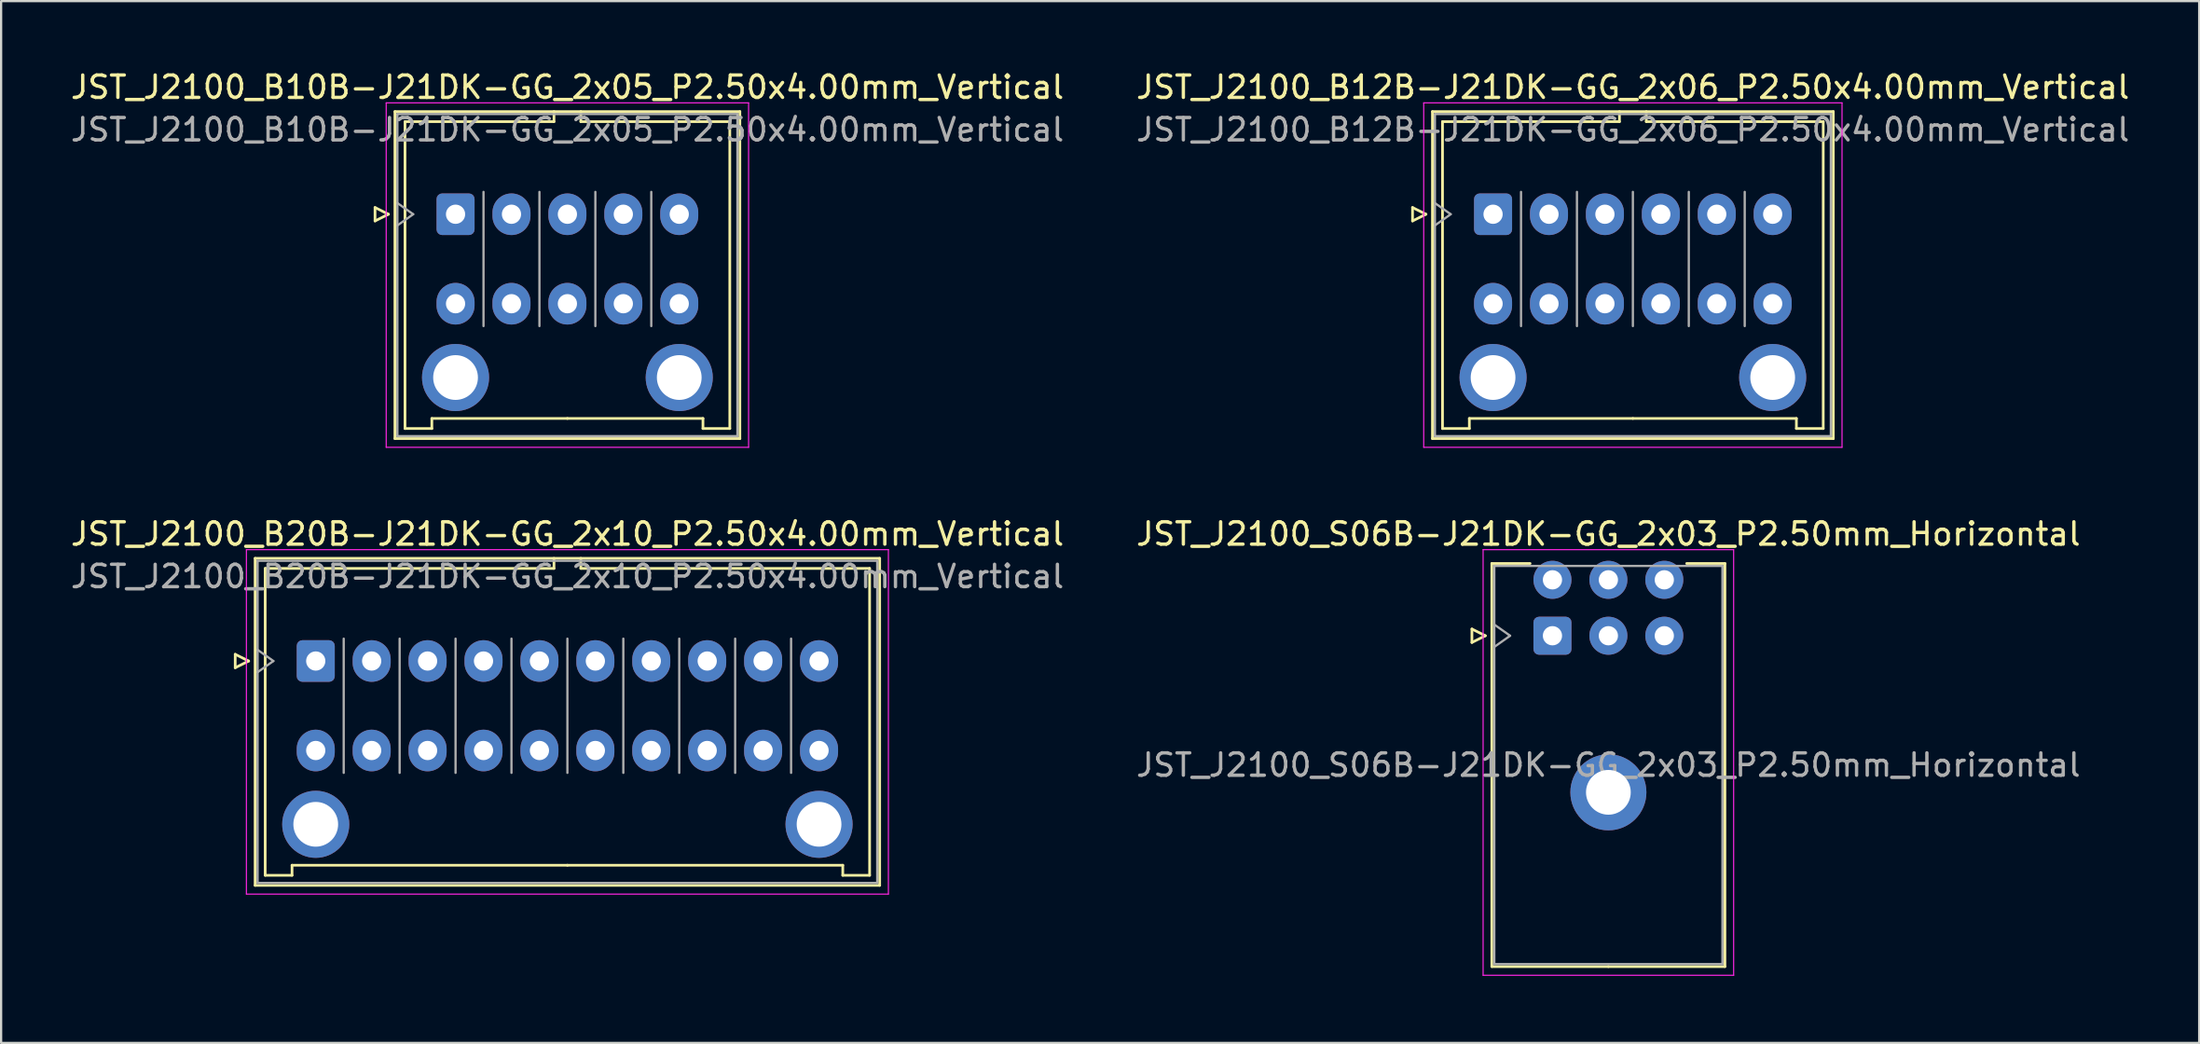
<source format=kicad_pcb>
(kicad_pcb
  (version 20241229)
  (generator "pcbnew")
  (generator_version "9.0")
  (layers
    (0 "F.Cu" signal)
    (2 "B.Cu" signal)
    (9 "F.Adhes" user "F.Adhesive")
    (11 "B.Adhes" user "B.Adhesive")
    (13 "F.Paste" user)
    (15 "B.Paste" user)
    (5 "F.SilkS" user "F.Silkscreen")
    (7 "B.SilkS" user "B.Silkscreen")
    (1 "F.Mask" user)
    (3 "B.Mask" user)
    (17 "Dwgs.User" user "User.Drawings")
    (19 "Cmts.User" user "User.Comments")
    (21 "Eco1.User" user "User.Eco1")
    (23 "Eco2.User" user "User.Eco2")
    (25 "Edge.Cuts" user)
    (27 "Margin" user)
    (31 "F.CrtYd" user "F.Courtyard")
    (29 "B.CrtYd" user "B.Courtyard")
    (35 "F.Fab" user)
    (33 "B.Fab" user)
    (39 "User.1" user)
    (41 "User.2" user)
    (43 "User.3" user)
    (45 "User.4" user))
  (footprint "JST_J2100_B10B-J21DK-GG_2x05_P2.50x4.00mm_Vertical"
    (layer "F.Cu")
    (at 17.315 6.528)
    (property "Reference" "JST_J2100_B10B-J21DK-GG_2x05_P2.50x4.00mm_Vertical" (at 5 -5.68 0) (layer "F.SilkS") (effects (font (size 1 1) (thickness 0.15))))
    (attr through_hole)
    (fp_line (start -3.6 -0.3) (end -3 0) (stroke (width 0.12) (type solid)) (layer "F.SilkS"))
    (fp_line (start -3.6 0.3) (end -3.6 -0.3) (stroke (width 0.12) (type solid)) (layer "F.SilkS"))
    (fp_line (start -3 0) (end -3.6 0.3) (stroke (width 0.12) (type solid)) (layer "F.SilkS"))
    (fp_line (start -2.71 -4.59) (end -2.71 10.03) (stroke (width 0.12) (type solid)) (layer "F.SilkS"))
    (fp_line (start -2.71 10.03) (end 12.71 10.03) (stroke (width 0.12) (type solid)) (layer "F.SilkS"))
    (fp_line (start -2.26 -4.14) (end -2.26 9.58) (stroke (width 0.12) (type solid)) (layer "F.SilkS"))
    (fp_line (start -2.26 9.58) (end -1.06 9.58) (stroke (width 0.12) (type solid)) (layer "F.SilkS"))
    (fp_line (start -1.06 9.13) (end 5 9.13) (stroke (width 0.12) (type solid)) (layer "F.SilkS"))
    (fp_line (start -1.06 9.58) (end -1.06 9.13) (stroke (width 0.12) (type solid)) (layer "F.SilkS"))
    (fp_line (start 4.4 -4.59) (end 4.4 -4.14) (stroke (width 0.12) (type solid)) (layer "F.SilkS"))
    (fp_line (start 4.4 -4.14) (end -2.26 -4.14) (stroke (width 0.12) (type solid)) (layer "F.SilkS"))
    (fp_line (start 5.6 -4.59) (end 5.6 -4.14) (stroke (width 0.12) (type solid)) (layer "F.SilkS"))
    (fp_line (start 5.6 -4.14) (end 12.26 -4.14) (stroke (width 0.12) (type solid)) (layer "F.SilkS"))
    (fp_line (start 11.06 9.13) (end 5 9.13) (stroke (width 0.12) (type solid)) (layer "F.SilkS"))
    (fp_line (start 11.06 9.58) (end 11.06 9.13) (stroke (width 0.12) (type solid)) (layer "F.SilkS"))
    (fp_line (start 12.26 -4.14) (end 12.26 9.58) (stroke (width 0.12) (type solid)) (layer "F.SilkS"))
    (fp_line (start 12.26 9.58) (end 11.06 9.58) (stroke (width 0.12) (type solid)) (layer "F.SilkS"))
    (fp_line (start 12.71 -4.59) (end -2.71 -4.59) (stroke (width 0.12) (type solid)) (layer "F.SilkS"))
    (fp_line (start 12.71 10.03) (end 12.71 -4.59) (stroke (width 0.12) (type solid)) (layer "F.SilkS"))
    (fp_line (start -3.1 -4.98) (end -3.1 10.42) (stroke (width 0.05) (type solid)) (layer "F.CrtYd"))
    (fp_line (start -3.1 10.42) (end 13.1 10.42) (stroke (width 0.05) (type solid)) (layer "F.CrtYd"))
    (fp_line (start 13.1 -4.98) (end -3.1 -4.98) (stroke (width 0.05) (type solid)) (layer "F.CrtYd"))
    (fp_line (start 13.1 10.42) (end 13.1 -4.98) (stroke (width 0.05) (type solid)) (layer "F.CrtYd"))
    (fp_line (start -2.6 -4.48) (end -2.6 9.92) (stroke (width 0.1) (type solid)) (layer "F.Fab"))
    (fp_line (start -2.6 0.5) (end -1.893 0) (stroke (width 0.1) (type solid)) (layer "F.Fab"))
    (fp_line (start -2.6 9.92) (end 12.6 9.92) (stroke (width 0.1) (type solid)) (layer "F.Fab"))
    (fp_line (start -1.893 0) (end -2.6 -0.5) (stroke (width 0.1) (type solid)) (layer "F.Fab"))
    (fp_line (start 1.25 5) (end 1.25 -1) (stroke (width 0.1) (type solid)) (layer "F.Fab"))
    (fp_line (start 3.75 5) (end 3.75 -1) (stroke (width 0.1) (type solid)) (layer "F.Fab"))
    (fp_line (start 6.25 5) (end 6.25 -1) (stroke (width 0.1) (type solid)) (layer "F.Fab"))
    (fp_line (start 8.75 5) (end 8.75 -1) (stroke (width 0.1) (type solid)) (layer "F.Fab"))
    (fp_line (start 12.6 -4.48) (end -2.6 -4.48) (stroke (width 0.1) (type solid)) (layer "F.Fab"))
    (fp_line (start 12.6 9.92) (end 12.6 -4.48) (stroke (width 0.1) (type solid)) (layer "F.Fab"))
    (fp_text user "${REFERENCE}" (at 5 -3.78 0) (layer "F.Fab") (effects (font (size 1 1) (thickness 0.15))))
    (pad "" thru_hole circle (at 0 7.3) (size 3 3) (drill 2) (layers "*.Cu" "*.Mask"))
    (pad "" thru_hole circle (at 10 7.3) (size 3 3) (drill 2) (layers "*.Cu" "*.Mask"))
    (pad "a1" thru_hole roundrect (at 0 0) (size 1.7 1.86) (drill 0.86) (layers "*.Cu" "*.Mask") (roundrect_rratio 0.147))
    (pad "a2" thru_hole oval (at 2.5 0) (size 1.7 1.86) (drill 0.86) (layers "*.Cu" "*.Mask"))
    (pad "a3" thru_hole oval (at 5 0) (size 1.7 1.86) (drill 0.86) (layers "*.Cu" "*.Mask"))
    (pad "a4" thru_hole oval (at 7.5 0) (size 1.7 1.86) (drill 0.86) (layers "*.Cu" "*.Mask"))
    (pad "a5" thru_hole oval (at 10 0) (size 1.7 1.86) (drill 0.86) (layers "*.Cu" "*.Mask"))
    (pad "b1" thru_hole oval (at 0 4) (size 1.7 1.86) (drill 0.86) (layers "*.Cu" "*.Mask"))
    (pad "b2" thru_hole oval (at 2.5 4) (size 1.7 1.86) (drill 0.86) (layers "*.Cu" "*.Mask"))
    (pad "b3" thru_hole oval (at 5 4) (size 1.7 1.86) (drill 0.86) (layers "*.Cu" "*.Mask"))
    (pad "b4" thru_hole oval (at 7.5 4) (size 1.7 1.86) (drill 0.86) (layers "*.Cu" "*.Mask"))
    (pad "b5" thru_hole oval (at 10 4) (size 1.7 1.86) (drill 0.86) (layers "*.Cu" "*.Mask")))
  (footprint "JST_J2100_B20B-J21DK-GG_2x10_P2.50x4.00mm_Vertical"
    (layer "F.Cu")
    (at 11.065 26.502)
    (property "Reference" "JST_J2100_B20B-J21DK-GG_2x10_P2.50x4.00mm_Vertical" (at 11.25 -5.68 0) (layer "F.SilkS") (effects (font (size 1 1) (thickness 0.15))))
    (attr through_hole)
    (fp_line (start -3.6 -0.3) (end -3 0) (stroke (width 0.12) (type solid)) (layer "F.SilkS"))
    (fp_line (start -3.6 0.3) (end -3.6 -0.3) (stroke (width 0.12) (type solid)) (layer "F.SilkS"))
    (fp_line (start -3 0) (end -3.6 0.3) (stroke (width 0.12) (type solid)) (layer "F.SilkS"))
    (fp_line (start -2.71 -4.59) (end -2.71 10.03) (stroke (width 0.12) (type solid)) (layer "F.SilkS"))
    (fp_line (start -2.71 10.03) (end 25.21 10.03) (stroke (width 0.12) (type solid)) (layer "F.SilkS"))
    (fp_line (start -2.26 -4.14) (end -2.26 9.58) (stroke (width 0.12) (type solid)) (layer "F.SilkS"))
    (fp_line (start -2.26 9.58) (end -1.06 9.58) (stroke (width 0.12) (type solid)) (layer "F.SilkS"))
    (fp_line (start -1.06 9.13) (end 11.25 9.13) (stroke (width 0.12) (type solid)) (layer "F.SilkS"))
    (fp_line (start -1.06 9.58) (end -1.06 9.13) (stroke (width 0.12) (type solid)) (layer "F.SilkS"))
    (fp_line (start 10.65 -4.59) (end 10.65 -4.14) (stroke (width 0.12) (type solid)) (layer "F.SilkS"))
    (fp_line (start 10.65 -4.14) (end -2.26 -4.14) (stroke (width 0.12) (type solid)) (layer "F.SilkS"))
    (fp_line (start 11.85 -4.59) (end 11.85 -4.14) (stroke (width 0.12) (type solid)) (layer "F.SilkS"))
    (fp_line (start 11.85 -4.14) (end 24.76 -4.14) (stroke (width 0.12) (type solid)) (layer "F.SilkS"))
    (fp_line (start 23.56 9.13) (end 11.25 9.13) (stroke (width 0.12) (type solid)) (layer "F.SilkS"))
    (fp_line (start 23.56 9.58) (end 23.56 9.13) (stroke (width 0.12) (type solid)) (layer "F.SilkS"))
    (fp_line (start 24.76 -4.14) (end 24.76 9.58) (stroke (width 0.12) (type solid)) (layer "F.SilkS"))
    (fp_line (start 24.76 9.58) (end 23.56 9.58) (stroke (width 0.12) (type solid)) (layer "F.SilkS"))
    (fp_line (start 25.21 -4.59) (end -2.71 -4.59) (stroke (width 0.12) (type solid)) (layer "F.SilkS"))
    (fp_line (start 25.21 10.03) (end 25.21 -4.59) (stroke (width 0.12) (type solid)) (layer "F.SilkS"))
    (fp_line (start -3.1 -4.98) (end -3.1 10.42) (stroke (width 0.05) (type solid)) (layer "F.CrtYd"))
    (fp_line (start -3.1 10.42) (end 25.6 10.42) (stroke (width 0.05) (type solid)) (layer "F.CrtYd"))
    (fp_line (start 25.6 -4.98) (end -3.1 -4.98) (stroke (width 0.05) (type solid)) (layer "F.CrtYd"))
    (fp_line (start 25.6 10.42) (end 25.6 -4.98) (stroke (width 0.05) (type solid)) (layer "F.CrtYd"))
    (fp_line (start -2.6 -4.48) (end -2.6 9.92) (stroke (width 0.1) (type solid)) (layer "F.Fab"))
    (fp_line (start -2.6 0.5) (end -1.893 0) (stroke (width 0.1) (type solid)) (layer "F.Fab"))
    (fp_line (start -2.6 9.92) (end 25.1 9.92) (stroke (width 0.1) (type solid)) (layer "F.Fab"))
    (fp_line (start -1.893 0) (end -2.6 -0.5) (stroke (width 0.1) (type solid)) (layer "F.Fab"))
    (fp_line (start 1.25 5) (end 1.25 -1) (stroke (width 0.1) (type solid)) (layer "F.Fab"))
    (fp_line (start 3.75 5) (end 3.75 -1) (stroke (width 0.1) (type solid)) (layer "F.Fab"))
    (fp_line (start 6.25 5) (end 6.25 -1) (stroke (width 0.1) (type solid)) (layer "F.Fab"))
    (fp_line (start 8.75 5) (end 8.75 -1) (stroke (width 0.1) (type solid)) (layer "F.Fab"))
    (fp_line (start 11.25 5) (end 11.25 -1) (stroke (width 0.1) (type solid)) (layer "F.Fab"))
    (fp_line (start 13.75 5) (end 13.75 -1) (stroke (width 0.1) (type solid)) (layer "F.Fab"))
    (fp_line (start 16.25 5) (end 16.25 -1) (stroke (width 0.1) (type solid)) (layer "F.Fab"))
    (fp_line (start 18.75 5) (end 18.75 -1) (stroke (width 0.1) (type solid)) (layer "F.Fab"))
    (fp_line (start 21.25 5) (end 21.25 -1) (stroke (width 0.1) (type solid)) (layer "F.Fab"))
    (fp_line (start 25.1 -4.48) (end -2.6 -4.48) (stroke (width 0.1) (type solid)) (layer "F.Fab"))
    (fp_line (start 25.1 9.92) (end 25.1 -4.48) (stroke (width 0.1) (type solid)) (layer "F.Fab"))
    (fp_text user "${REFERENCE}" (at 11.25 -3.78 0) (layer "F.Fab") (effects (font (size 1 1) (thickness 0.15))))
    (pad "" thru_hole circle (at 0 7.3) (size 3 3) (drill 2) (layers "*.Cu" "*.Mask"))
    (pad "" thru_hole circle (at 22.5 7.3) (size 3 3) (drill 2) (layers "*.Cu" "*.Mask"))
    (pad "a1" thru_hole roundrect (at 0 0) (size 1.7 1.86) (drill 0.86) (layers "*.Cu" "*.Mask") (roundrect_rratio 0.147))
    (pad "a2" thru_hole oval (at 2.5 0) (size 1.7 1.86) (drill 0.86) (layers "*.Cu" "*.Mask"))
    (pad "a3" thru_hole oval (at 5 0) (size 1.7 1.86) (drill 0.86) (layers "*.Cu" "*.Mask"))
    (pad "a4" thru_hole oval (at 7.5 0) (size 1.7 1.86) (drill 0.86) (layers "*.Cu" "*.Mask"))
    (pad "a5" thru_hole oval (at 10 0) (size 1.7 1.86) (drill 0.86) (layers "*.Cu" "*.Mask"))
    (pad "a6" thru_hole oval (at 12.5 0) (size 1.7 1.86) (drill 0.86) (layers "*.Cu" "*.Mask"))
    (pad "a7" thru_hole oval (at 15 0) (size 1.7 1.86) (drill 0.86) (layers "*.Cu" "*.Mask"))
    (pad "a8" thru_hole oval (at 17.5 0) (size 1.7 1.86) (drill 0.86) (layers "*.Cu" "*.Mask"))
    (pad "a9" thru_hole oval (at 20 0) (size 1.7 1.86) (drill 0.86) (layers "*.Cu" "*.Mask"))
    (pad "a10" thru_hole oval (at 22.5 0) (size 1.7 1.86) (drill 0.86) (layers "*.Cu" "*.Mask"))
    (pad "b1" thru_hole oval (at 0 4) (size 1.7 1.86) (drill 0.86) (layers "*.Cu" "*.Mask"))
    (pad "b2" thru_hole oval (at 2.5 4) (size 1.7 1.86) (drill 0.86) (layers "*.Cu" "*.Mask"))
    (pad "b3" thru_hole oval (at 5 4) (size 1.7 1.86) (drill 0.86) (layers "*.Cu" "*.Mask"))
    (pad "b4" thru_hole oval (at 7.5 4) (size 1.7 1.86) (drill 0.86) (layers "*.Cu" "*.Mask"))
    (pad "b5" thru_hole oval (at 10 4) (size 1.7 1.86) (drill 0.86) (layers "*.Cu" "*.Mask"))
    (pad "b6" thru_hole oval (at 12.5 4) (size 1.7 1.86) (drill 0.86) (layers "*.Cu" "*.Mask"))
    (pad "b7" thru_hole oval (at 15 4) (size 1.7 1.86) (drill 0.86) (layers "*.Cu" "*.Mask"))
    (pad "b8" thru_hole oval (at 17.5 4) (size 1.7 1.86) (drill 0.86) (layers "*.Cu" "*.Mask"))
    (pad "b9" thru_hole oval (at 20 4) (size 1.7 1.86) (drill 0.86) (layers "*.Cu" "*.Mask"))
    (pad "b10" thru_hole oval (at 22.5 4) (size 1.7 1.86) (drill 0.86) (layers "*.Cu" "*.Mask")))
  (footprint "JST_J2100_B12B-J21DK-GG_2x06_P2.50x4.00mm_Vertical"
    (layer "F.Cu")
    (at 63.696 6.528)
    (property "Reference" "JST_J2100_B12B-J21DK-GG_2x06_P2.50x4.00mm_Vertical" (at 6.25 -5.68 0) (layer "F.SilkS") (effects (font (size 1 1) (thickness 0.15))))
    (attr through_hole)
    (fp_line (start -3.6 -0.3) (end -3 0) (stroke (width 0.12) (type solid)) (layer "F.SilkS"))
    (fp_line (start -3.6 0.3) (end -3.6 -0.3) (stroke (width 0.12) (type solid)) (layer "F.SilkS"))
    (fp_line (start -3 0) (end -3.6 0.3) (stroke (width 0.12) (type solid)) (layer "F.SilkS"))
    (fp_line (start -2.71 -4.59) (end -2.71 10.03) (stroke (width 0.12) (type solid)) (layer "F.SilkS"))
    (fp_line (start -2.71 10.03) (end 15.21 10.03) (stroke (width 0.12) (type solid)) (layer "F.SilkS"))
    (fp_line (start -2.26 -4.14) (end -2.26 9.58) (stroke (width 0.12) (type solid)) (layer "F.SilkS"))
    (fp_line (start -2.26 9.58) (end -1.06 9.58) (stroke (width 0.12) (type solid)) (layer "F.SilkS"))
    (fp_line (start -1.06 9.13) (end 6.25 9.13) (stroke (width 0.12) (type solid)) (layer "F.SilkS"))
    (fp_line (start -1.06 9.58) (end -1.06 9.13) (stroke (width 0.12) (type solid)) (layer "F.SilkS"))
    (fp_line (start 5.65 -4.59) (end 5.65 -4.14) (stroke (width 0.12) (type solid)) (layer "F.SilkS"))
    (fp_line (start 5.65 -4.14) (end -2.26 -4.14) (stroke (width 0.12) (type solid)) (layer "F.SilkS"))
    (fp_line (start 6.85 -4.59) (end 6.85 -4.14) (stroke (width 0.12) (type solid)) (layer "F.SilkS"))
    (fp_line (start 6.85 -4.14) (end 14.76 -4.14) (stroke (width 0.12) (type solid)) (layer "F.SilkS"))
    (fp_line (start 13.56 9.13) (end 6.25 9.13) (stroke (width 0.12) (type solid)) (layer "F.SilkS"))
    (fp_line (start 13.56 9.58) (end 13.56 9.13) (stroke (width 0.12) (type solid)) (layer "F.SilkS"))
    (fp_line (start 14.76 -4.14) (end 14.76 9.58) (stroke (width 0.12) (type solid)) (layer "F.SilkS"))
    (fp_line (start 14.76 9.58) (end 13.56 9.58) (stroke (width 0.12) (type solid)) (layer "F.SilkS"))
    (fp_line (start 15.21 -4.59) (end -2.71 -4.59) (stroke (width 0.12) (type solid)) (layer "F.SilkS"))
    (fp_line (start 15.21 10.03) (end 15.21 -4.59) (stroke (width 0.12) (type solid)) (layer "F.SilkS"))
    (fp_line (start -3.1 -4.98) (end -3.1 10.42) (stroke (width 0.05) (type solid)) (layer "F.CrtYd"))
    (fp_line (start -3.1 10.42) (end 15.6 10.42) (stroke (width 0.05) (type solid)) (layer "F.CrtYd"))
    (fp_line (start 15.6 -4.98) (end -3.1 -4.98) (stroke (width 0.05) (type solid)) (layer "F.CrtYd"))
    (fp_line (start 15.6 10.42) (end 15.6 -4.98) (stroke (width 0.05) (type solid)) (layer "F.CrtYd"))
    (fp_line (start -2.6 -4.48) (end -2.6 9.92) (stroke (width 0.1) (type solid)) (layer "F.Fab"))
    (fp_line (start -2.6 0.5) (end -1.893 0) (stroke (width 0.1) (type solid)) (layer "F.Fab"))
    (fp_line (start -2.6 9.92) (end 15.1 9.92) (stroke (width 0.1) (type solid)) (layer "F.Fab"))
    (fp_line (start -1.893 0) (end -2.6 -0.5) (stroke (width 0.1) (type solid)) (layer "F.Fab"))
    (fp_line (start 1.25 5) (end 1.25 -1) (stroke (width 0.1) (type solid)) (layer "F.Fab"))
    (fp_line (start 3.75 5) (end 3.75 -1) (stroke (width 0.1) (type solid)) (layer "F.Fab"))
    (fp_line (start 6.25 5) (end 6.25 -1) (stroke (width 0.1) (type solid)) (layer "F.Fab"))
    (fp_line (start 8.75 5) (end 8.75 -1) (stroke (width 0.1) (type solid)) (layer "F.Fab"))
    (fp_line (start 11.25 5) (end 11.25 -1) (stroke (width 0.1) (type solid)) (layer "F.Fab"))
    (fp_line (start 15.1 -4.48) (end -2.6 -4.48) (stroke (width 0.1) (type solid)) (layer "F.Fab"))
    (fp_line (start 15.1 9.92) (end 15.1 -4.48) (stroke (width 0.1) (type solid)) (layer "F.Fab"))
    (fp_text user "${REFERENCE}" (at 6.25 -3.78 0) (layer "F.Fab") (effects (font (size 1 1) (thickness 0.15))))
    (pad "" thru_hole circle (at 0 7.3) (size 3 3) (drill 2) (layers "*.Cu" "*.Mask"))
    (pad "" thru_hole circle (at 12.5 7.3) (size 3 3) (drill 2) (layers "*.Cu" "*.Mask"))
    (pad "a1" thru_hole roundrect (at 0 0) (size 1.7 1.86) (drill 0.86) (layers "*.Cu" "*.Mask") (roundrect_rratio 0.147))
    (pad "a2" thru_hole oval (at 2.5 0) (size 1.7 1.86) (drill 0.86) (layers "*.Cu" "*.Mask"))
    (pad "a3" thru_hole oval (at 5 0) (size 1.7 1.86) (drill 0.86) (layers "*.Cu" "*.Mask"))
    (pad "a4" thru_hole oval (at 7.5 0) (size 1.7 1.86) (drill 0.86) (layers "*.Cu" "*.Mask"))
    (pad "a5" thru_hole oval (at 10 0) (size 1.7 1.86) (drill 0.86) (layers "*.Cu" "*.Mask"))
    (pad "a6" thru_hole oval (at 12.5 0) (size 1.7 1.86) (drill 0.86) (layers "*.Cu" "*.Mask"))
    (pad "b1" thru_hole oval (at 0 4) (size 1.7 1.86) (drill 0.86) (layers "*.Cu" "*.Mask"))
    (pad "b2" thru_hole oval (at 2.5 4) (size 1.7 1.86) (drill 0.86) (layers "*.Cu" "*.Mask"))
    (pad "b3" thru_hole oval (at 5 4) (size 1.7 1.86) (drill 0.86) (layers "*.Cu" "*.Mask"))
    (pad "b4" thru_hole oval (at 7.5 4) (size 1.7 1.86) (drill 0.86) (layers "*.Cu" "*.Mask"))
    (pad "b5" thru_hole oval (at 10 4) (size 1.7 1.86) (drill 0.86) (layers "*.Cu" "*.Mask"))
    (pad "b6" thru_hole oval (at 12.5 4) (size 1.7 1.86) (drill 0.86) (layers "*.Cu" "*.Mask")))
  (footprint "JST_J2100_S06B-J21DK-GG_2x03_P2.50mm_Horizontal"
    (layer "F.Cu")
    (at 66.351 25.372)
    (property "Reference" "JST_J2100_S06B-J21DK-GG_2x03_P2.50mm_Horizontal" (at 2.5 -4.55 0) (layer "F.SilkS") (effects (font (size 1 1) (thickness 0.15))))
    (attr through_hole)
    (fp_line (start -3.6 -0.3) (end -3 0) (stroke (width 0.12) (type solid)) (layer "F.SilkS"))
    (fp_line (start -3.6 0.3) (end -3.6 -0.3) (stroke (width 0.12) (type solid)) (layer "F.SilkS"))
    (fp_line (start -3 0) (end -3.6 0.3) (stroke (width 0.12) (type solid)) (layer "F.SilkS"))
    (fp_line (start -2.71 -3.23) (end -2.71 14.79) (stroke (width 0.12) (type solid)) (layer "F.SilkS"))
    (fp_line (start -2.71 14.79) (end 2.5 14.79) (stroke (width 0.12) (type solid)) (layer "F.SilkS"))
    (fp_line (start -1 -3.23) (end -2.71 -3.23) (stroke (width 0.12) (type solid)) (layer "F.SilkS"))
    (fp_line (start 6 -3.23) (end 7.71 -3.23) (stroke (width 0.12) (type solid)) (layer "F.SilkS"))
    (fp_line (start 7.71 -3.23) (end 7.71 14.79) (stroke (width 0.12) (type solid)) (layer "F.SilkS"))
    (fp_line (start 7.71 14.79) (end 2.5 14.79) (stroke (width 0.12) (type solid)) (layer "F.SilkS"))
    (fp_line (start -3.1 -3.85) (end -3.1 15.18) (stroke (width 0.05) (type solid)) (layer "F.CrtYd"))
    (fp_line (start -3.1 15.18) (end 8.1 15.18) (stroke (width 0.05) (type solid)) (layer "F.CrtYd"))
    (fp_line (start 8.1 -3.85) (end -3.1 -3.85) (stroke (width 0.05) (type solid)) (layer "F.CrtYd"))
    (fp_line (start 8.1 15.18) (end 8.1 -3.85) (stroke (width 0.05) (type solid)) (layer "F.CrtYd"))
    (fp_line (start -2.6 -3.12) (end -2.6 14.68) (stroke (width 0.1) (type solid)) (layer "F.Fab"))
    (fp_line (start -2.6 0.5) (end -1.893 0) (stroke (width 0.1) (type solid)) (layer "F.Fab"))
    (fp_line (start -2.6 14.68) (end 7.6 14.68) (stroke (width 0.1) (type solid)) (layer "F.Fab"))
    (fp_line (start -1.893 0) (end -2.6 -0.5) (stroke (width 0.1) (type solid)) (layer "F.Fab"))
    (fp_line (start 7.6 -3.12) (end -2.6 -3.12) (stroke (width 0.1) (type solid)) (layer "F.Fab"))
    (fp_line (start 7.6 14.68) (end 7.6 -3.12) (stroke (width 0.1) (type solid)) (layer "F.Fab"))
    (fp_text user "${REFERENCE}" (at 2.5 5.78 0) (layer "F.Fab") (effects (font (size 1 1) (thickness 0.15))))
    (pad "" thru_hole circle (at 2.5 7) (size 3.4 3.4) (drill 2) (layers "*.Cu" "*.Mask"))
    (pad "a1" thru_hole roundrect (at 0 0) (size 1.7 1.7) (drill 0.86) (layers "*.Cu" "*.Mask") (roundrect_rratio 0.147))
    (pad "a2" thru_hole circle (at 2.5 0) (size 1.7 1.7) (drill 0.86) (layers "*.Cu" "*.Mask"))
    (pad "a3" thru_hole circle (at 5 0) (size 1.7 1.7) (drill 0.86) (layers "*.Cu" "*.Mask"))
    (pad "b1" thru_hole circle (at 0 -2.5) (size 1.7 1.7) (drill 0.86) (layers "*.Cu" "*.Mask"))
    (pad "b2" thru_hole circle (at 2.5 -2.5) (size 1.7 1.7) (drill 0.86) (layers "*.Cu" "*.Mask"))
    (pad "b3" thru_hole circle (at 5 -2.5) (size 1.7 1.7) (drill 0.86) (layers "*.Cu" "*.Mask")))
  (gr_rect
    (start -3 -3)
    (end 95.262 43.577)
    (stroke (width 0.1) (type default))
    (fill no)
    (layer "Edge.Cuts")))
</source>
